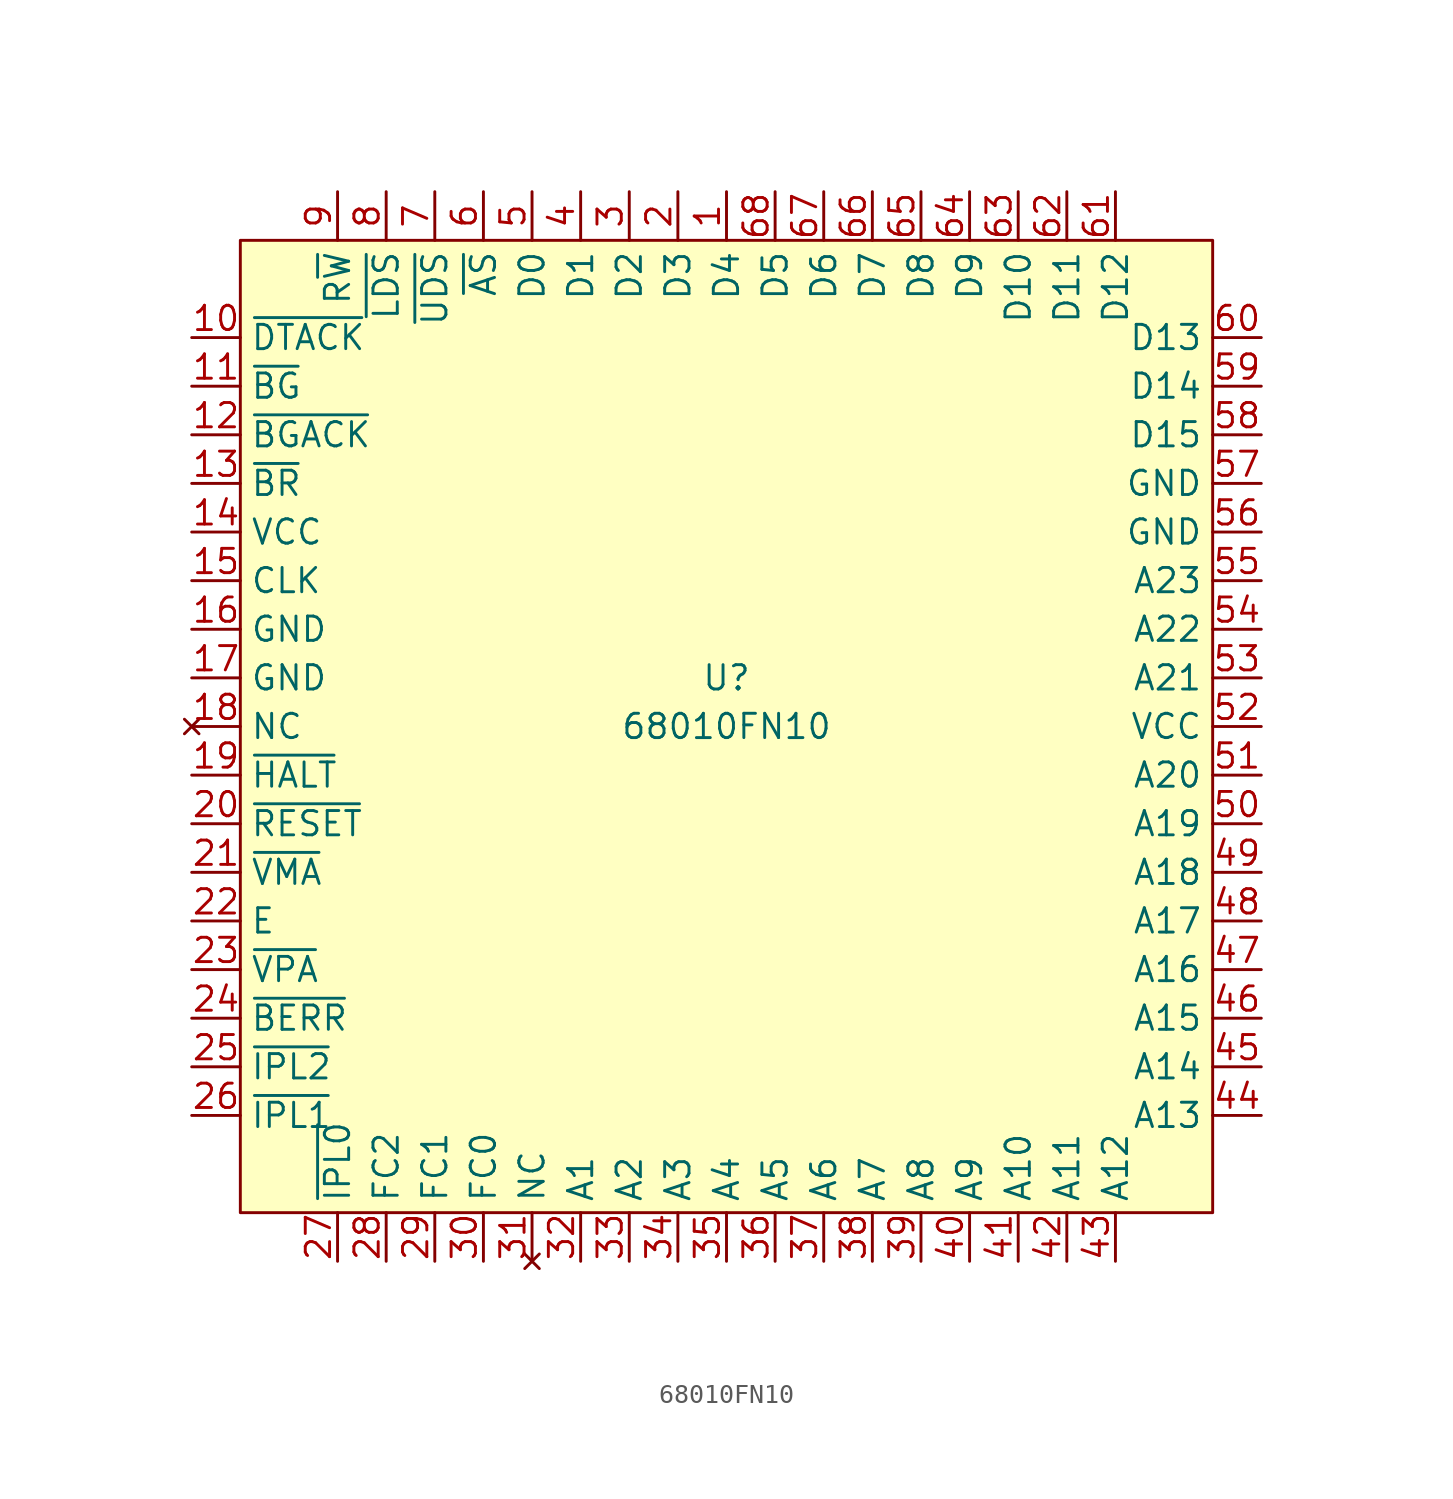
<source format=kicad_sym>
(kicad_symbol_lib
  (version 20211014)
  (generator kicad_symbol_editor)
  (symbol "68010FN10"
    (property "Reference" "U"
      (at 17.78 -10.16 0)
      (effects (font (size 1.27 1.27))))
    (property "Value" "68010FN10"
      (at 17.78 -12.7 0)
      (effects (font (size 1.27 1.27))))
    (symbol "68010FN10_0_1"
      (rectangle (start -7.62 12.7) (end 43.18 -38.1) (stroke (width 0) (type default) (color 0 0 0 0)) (fill (type background))))
    (symbol "68010FN10_1_1"
      (pin bidirectional line (at 17.78 15.24 270) (length 2.54) (name "D4" (effects (font (size 1.27 1.27)))) (number "1" (effects (font (size 1.27 1.27)))))
      (pin input line (at -10.16 7.62 0) (length 2.54) (name "~{DTACK}" (effects (font (size 1.27 1.27)))) (number "10" (effects (font (size 1.27 1.27)))))
      (pin output line (at -10.16 5.08 0) (length 2.54) (name "~{BG}" (effects (font (size 1.27 1.27)))) (number "11" (effects (font (size 1.27 1.27)))))
      (pin input line (at -10.16 2.54 0) (length 2.54) (name "~{BGACK}" (effects (font (size 1.27 1.27)))) (number "12" (effects (font (size 1.27 1.27)))))
      (pin input line (at -10.16 0 0) (length 2.54) (name "~{BR}" (effects (font (size 1.27 1.27)))) (number "13" (effects (font (size 1.27 1.27)))))
      (pin power_in line (at -10.16 -2.54 0) (length 2.54) (name "VCC" (effects (font (size 1.27 1.27)))) (number "14" (effects (font (size 1.27 1.27)))))
      (pin input line (at -10.16 -5.08 0) (length 2.54) (name "CLK" (effects (font (size 1.27 1.27)))) (number "15" (effects (font (size 1.27 1.27)))))
      (pin power_in line (at -10.16 -7.62 0) (length 2.54) (name "GND" (effects (font (size 1.27 1.27)))) (number "16" (effects (font (size 1.27 1.27)))))
      (pin power_in line (at -10.16 -10.16 0) (length 2.54) (name "GND" (effects (font (size 1.27 1.27)))) (number "17" (effects (font (size 1.27 1.27)))))
      (pin no_connect line (at -10.16 -12.7 0) (length 2.54) (name "NC" (effects (font (size 1.27 1.27)))) (number "18" (effects (font (size 1.27 1.27)))))
      (pin bidirectional line (at -10.16 -15.24 0) (length 2.54) (name "~{HALT}" (effects (font (size 1.27 1.27)))) (number "19" (effects (font (size 1.27 1.27)))))
      (pin bidirectional line (at 15.24 15.24 270) (length 2.54) (name "D3" (effects (font (size 1.27 1.27)))) (number "2" (effects (font (size 1.27 1.27)))))
      (pin bidirectional line (at -10.16 -17.78 0) (length 2.54) (name "~{RESET}" (effects (font (size 1.27 1.27)))) (number "20" (effects (font (size 1.27 1.27)))))
      (pin output line (at -10.16 -20.32 0) (length 2.54) (name "~{VMA}" (effects (font (size 1.27 1.27)))) (number "21" (effects (font (size 1.27 1.27)))))
      (pin output line (at -10.16 -22.86 0) (length 2.54) (name "E" (effects (font (size 1.27 1.27)))) (number "22" (effects (font (size 1.27 1.27)))))
      (pin input line (at -10.16 -25.4 0) (length 2.54) (name "~{VPA}" (effects (font (size 1.27 1.27)))) (number "23" (effects (font (size 1.27 1.27)))))
      (pin input line (at -10.16 -27.94 0) (length 2.54) (name "~{BERR}" (effects (font (size 1.27 1.27)))) (number "24" (effects (font (size 1.27 1.27)))))
      (pin input line (at -10.16 -30.48 0) (length 2.54) (name "~{IPL2}" (effects (font (size 1.27 1.27)))) (number "25" (effects (font (size 1.27 1.27)))))
      (pin input line (at -10.16 -33.02 0) (length 2.54) (name "~{IPL1}" (effects (font (size 1.27 1.27)))) (number "26" (effects (font (size 1.27 1.27)))))
      (pin input line (at -2.54 -40.64 90) (length 2.54) (name "~{IPL0}" (effects (font (size 1.27 1.27)))) (number "27" (effects (font (size 1.27 1.27)))))
      (pin output line (at 0 -40.64 90) (length 2.54) (name "FC2" (effects (font (size 1.27 1.27)))) (number "28" (effects (font (size 1.27 1.27)))))
      (pin output line (at 2.54 -40.64 90) (length 2.54) (name "FC1" (effects (font (size 1.27 1.27)))) (number "29" (effects (font (size 1.27 1.27)))))
      (pin bidirectional line (at 12.7 15.24 270) (length 2.54) (name "D2" (effects (font (size 1.27 1.27)))) (number "3" (effects (font (size 1.27 1.27)))))
      (pin output line (at 5.08 -40.64 90) (length 2.54) (name "FC0" (effects (font (size 1.27 1.27)))) (number "30" (effects (font (size 1.27 1.27)))))
      (pin no_connect line (at 7.62 -40.64 90) (length 2.54) (name "NC" (effects (font (size 1.27 1.27)))) (number "31" (effects (font (size 1.27 1.27)))))
      (pin output line (at 10.16 -40.64 90) (length 2.54) (name "A1" (effects (font (size 1.27 1.27)))) (number "32" (effects (font (size 1.27 1.27)))))
      (pin output line (at 12.7 -40.64 90) (length 2.54) (name "A2" (effects (font (size 1.27 1.27)))) (number "33" (effects (font (size 1.27 1.27)))))
      (pin output line (at 15.24 -40.64 90) (length 2.54) (name "A3" (effects (font (size 1.27 1.27)))) (number "34" (effects (font (size 1.27 1.27)))))
      (pin output line (at 17.78 -40.64 90) (length 2.54) (name "A4" (effects (font (size 1.27 1.27)))) (number "35" (effects (font (size 1.27 1.27)))))
      (pin output line (at 20.32 -40.64 90) (length 2.54) (name "A5" (effects (font (size 1.27 1.27)))) (number "36" (effects (font (size 1.27 1.27)))))
      (pin output line (at 22.86 -40.64 90) (length 2.54) (name "A6" (effects (font (size 1.27 1.27)))) (number "37" (effects (font (size 1.27 1.27)))))
      (pin output line (at 25.4 -40.64 90) (length 2.54) (name "A7" (effects (font (size 1.27 1.27)))) (number "38" (effects (font (size 1.27 1.27)))))
      (pin output line (at 27.94 -40.64 90) (length 2.54) (name "A8" (effects (font (size 1.27 1.27)))) (number "39" (effects (font (size 1.27 1.27)))))
      (pin bidirectional line (at 10.16 15.24 270) (length 2.54) (name "D1" (effects (font (size 1.27 1.27)))) (number "4" (effects (font (size 1.27 1.27)))))
      (pin output line (at 30.48 -40.64 90) (length 2.54) (name "A9" (effects (font (size 1.27 1.27)))) (number "40" (effects (font (size 1.27 1.27)))))
      (pin output line (at 33.02 -40.64 90) (length 2.54) (name "A10" (effects (font (size 1.27 1.27)))) (number "41" (effects (font (size 1.27 1.27)))))
      (pin output line (at 35.56 -40.64 90) (length 2.54) (name "A11" (effects (font (size 1.27 1.27)))) (number "42" (effects (font (size 1.27 1.27)))))
      (pin output line (at 38.1 -40.64 90) (length 2.54) (name "A12" (effects (font (size 1.27 1.27)))) (number "43" (effects (font (size 1.27 1.27)))))
      (pin output line (at 45.72 -33.02 180) (length 2.54) (name "A13" (effects (font (size 1.27 1.27)))) (number "44" (effects (font (size 1.27 1.27)))))
      (pin output line (at 45.72 -30.48 180) (length 2.54) (name "A14" (effects (font (size 1.27 1.27)))) (number "45" (effects (font (size 1.27 1.27)))))
      (pin output line (at 45.72 -27.94 180) (length 2.54) (name "A15" (effects (font (size 1.27 1.27)))) (number "46" (effects (font (size 1.27 1.27)))))
      (pin output line (at 45.72 -25.4 180) (length 2.54) (name "A16" (effects (font (size 1.27 1.27)))) (number "47" (effects (font (size 1.27 1.27)))))
      (pin output line (at 45.72 -22.86 180) (length 2.54) (name "A17" (effects (font (size 1.27 1.27)))) (number "48" (effects (font (size 1.27 1.27)))))
      (pin output line (at 45.72 -20.32 180) (length 2.54) (name "A18" (effects (font (size 1.27 1.27)))) (number "49" (effects (font (size 1.27 1.27)))))
      (pin bidirectional line (at 7.62 15.24 270) (length 2.54) (name "D0" (effects (font (size 1.27 1.27)))) (number "5" (effects (font (size 1.27 1.27)))))
      (pin output line (at 45.72 -17.78 180) (length 2.54) (name "A19" (effects (font (size 1.27 1.27)))) (number "50" (effects (font (size 1.27 1.27)))))
      (pin output line (at 45.72 -15.24 180) (length 2.54) (name "A20" (effects (font (size 1.27 1.27)))) (number "51" (effects (font (size 1.27 1.27)))))
      (pin power_in line (at 45.72 -12.7 180) (length 2.54) (name "VCC" (effects (font (size 1.27 1.27)))) (number "52" (effects (font (size 1.27 1.27)))))
      (pin output line (at 45.72 -10.16 180) (length 2.54) (name "A21" (effects (font (size 1.27 1.27)))) (number "53" (effects (font (size 1.27 1.27)))))
      (pin output line (at 45.72 -7.62 180) (length 2.54) (name "A22" (effects (font (size 1.27 1.27)))) (number "54" (effects (font (size 1.27 1.27)))))
      (pin output line (at 45.72 -5.08 180) (length 2.54) (name "A23" (effects (font (size 1.27 1.27)))) (number "55" (effects (font (size 1.27 1.27)))))
      (pin power_in line (at 45.72 -2.54 180) (length 2.54) (name "GND" (effects (font (size 1.27 1.27)))) (number "56" (effects (font (size 1.27 1.27)))))
      (pin power_in line (at 45.72 0 180) (length 2.54) (name "GND" (effects (font (size 1.27 1.27)))) (number "57" (effects (font (size 1.27 1.27)))))
      (pin bidirectional line (at 45.72 2.54 180) (length 2.54) (name "D15" (effects (font (size 1.27 1.27)))) (number "58" (effects (font (size 1.27 1.27)))))
      (pin bidirectional line (at 45.72 5.08 180) (length 2.54) (name "D14" (effects (font (size 1.27 1.27)))) (number "59" (effects (font (size 1.27 1.27)))))
      (pin output line (at 5.08 15.24 270) (length 2.54) (name "~{AS}" (effects (font (size 1.27 1.27)))) (number "6" (effects (font (size 1.27 1.27)))))
      (pin bidirectional line (at 45.72 7.62 180) (length 2.54) (name "D13" (effects (font (size 1.27 1.27)))) (number "60" (effects (font (size 1.27 1.27)))))
      (pin bidirectional line (at 38.1 15.24 270) (length 2.54) (name "D12" (effects (font (size 1.27 1.27)))) (number "61" (effects (font (size 1.27 1.27)))))
      (pin bidirectional line (at 35.56 15.24 270) (length 2.54) (name "D11" (effects (font (size 1.27 1.27)))) (number "62" (effects (font (size 1.27 1.27)))))
      (pin bidirectional line (at 33.02 15.24 270) (length 2.54) (name "D10" (effects (font (size 1.27 1.27)))) (number "63" (effects (font (size 1.27 1.27)))))
      (pin bidirectional line (at 30.48 15.24 270) (length 2.54) (name "D9" (effects (font (size 1.27 1.27)))) (number "64" (effects (font (size 1.27 1.27)))))
      (pin bidirectional line (at 27.94 15.24 270) (length 2.54) (name "D8" (effects (font (size 1.27 1.27)))) (number "65" (effects (font (size 1.27 1.27)))))
      (pin bidirectional line (at 25.4 15.24 270) (length 2.54) (name "D7" (effects (font (size 1.27 1.27)))) (number "66" (effects (font (size 1.27 1.27)))))
      (pin bidirectional line (at 22.86 15.24 270) (length 2.54) (name "D6" (effects (font (size 1.27 1.27)))) (number "67" (effects (font (size 1.27 1.27)))))
      (pin bidirectional line (at 20.32 15.24 270) (length 2.54) (name "D5" (effects (font (size 1.27 1.27)))) (number "68" (effects (font (size 1.27 1.27)))))
      (pin output line (at 2.54 15.24 270) (length 2.54) (name "~{UDS}" (effects (font (size 1.27 1.27)))) (number "7" (effects (font (size 1.27 1.27)))))
      (pin output line (at 0 15.24 270) (length 2.54) (name "~{LDS}" (effects (font (size 1.27 1.27)))) (number "8" (effects (font (size 1.27 1.27)))))
      (pin output line (at -2.54 15.24 270) (length 2.54) (name "R~{W}" (effects (font (size 1.27 1.27)))) (number "9" (effects (font (size 1.27 1.27))))))))
</source>
